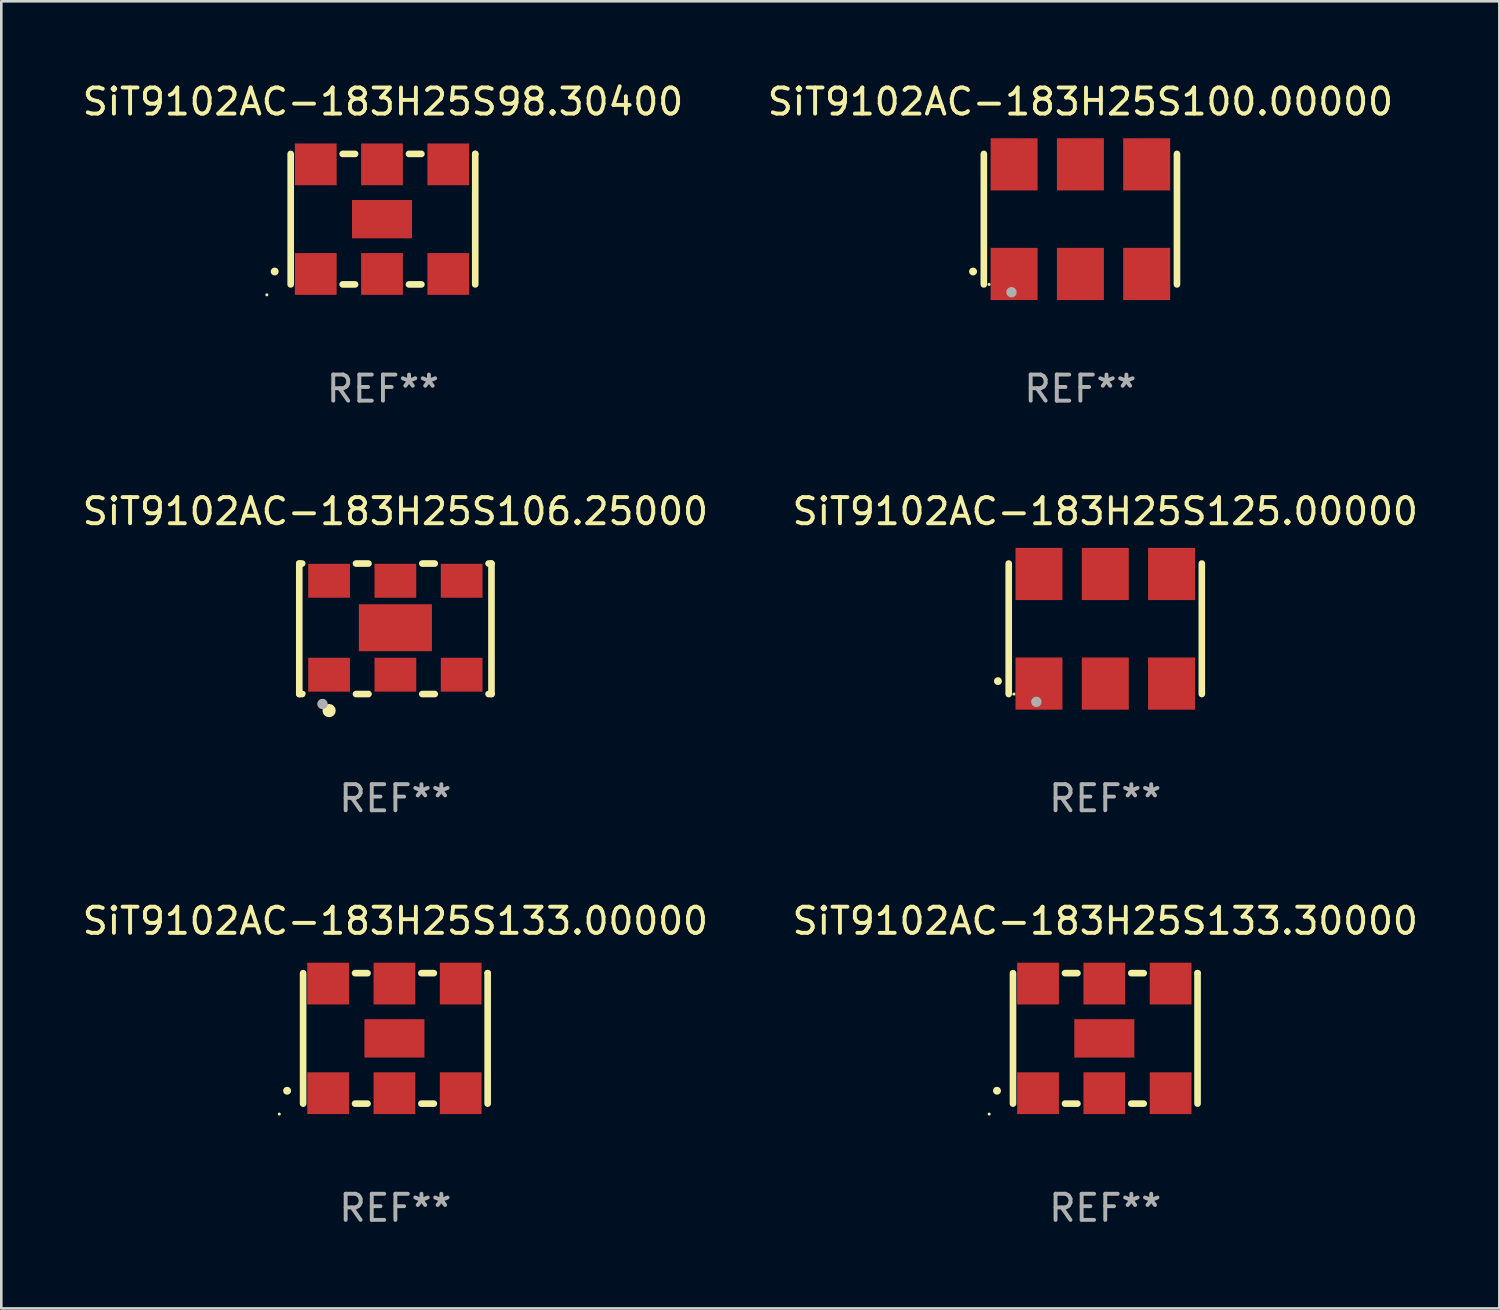
<source format=kicad_pcb>
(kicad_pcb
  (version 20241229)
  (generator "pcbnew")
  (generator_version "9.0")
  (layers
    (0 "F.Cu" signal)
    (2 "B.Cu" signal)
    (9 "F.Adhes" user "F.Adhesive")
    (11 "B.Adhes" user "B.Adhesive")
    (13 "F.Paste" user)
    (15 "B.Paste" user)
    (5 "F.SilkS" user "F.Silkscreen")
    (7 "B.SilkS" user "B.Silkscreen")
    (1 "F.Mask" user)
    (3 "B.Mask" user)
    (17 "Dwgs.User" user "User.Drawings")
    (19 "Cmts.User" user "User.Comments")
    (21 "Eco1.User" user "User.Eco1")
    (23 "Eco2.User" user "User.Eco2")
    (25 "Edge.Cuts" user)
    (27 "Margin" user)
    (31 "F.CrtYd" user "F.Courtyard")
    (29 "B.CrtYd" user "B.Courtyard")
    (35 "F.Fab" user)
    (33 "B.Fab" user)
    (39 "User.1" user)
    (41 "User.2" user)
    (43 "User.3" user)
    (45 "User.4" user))
  (footprint "SiT9102AC-183H25S133.30000"
    (layer "F.Cu")
    (at 39.304 36.741)
    (property "Reference" "SiT9102AC-183H25S133.30000" (at 0 -4.5 0) (layer "F.SilkS") (effects (font (size 1 1) (thickness 0.15))))
    (attr through_hole)
    (fp_line (start -3.536 -2.5) (end -3.536 2.5) (stroke (width 0.254) (type solid)) (layer "F.SilkS"))
    (fp_line (start -1.544 2.5) (end -1.067 2.5) (stroke (width 0.254) (type solid)) (layer "F.SilkS"))
    (fp_line (start -1.067 -2.5) (end -1.544 -2.5) (stroke (width 0.254) (type solid)) (layer "F.SilkS"))
    (fp_line (start 0.996 2.5) (end 1.473 2.5) (stroke (width 0.254) (type solid)) (layer "F.SilkS"))
    (fp_line (start 1.473 -2.5) (end 0.996 -2.5) (stroke (width 0.254) (type solid)) (layer "F.SilkS"))
    (fp_line (start 3.536 -2.5) (end 3.536 -2.5) (stroke (width 0.254) (type solid)) (layer "F.SilkS"))
    (fp_line (start 3.536 2.5) (end 3.536 -2.5) (stroke (width 0.254) (type solid)) (layer "F.SilkS"))
    (fp_arc (start -4.150432 2.006604) (mid -4.149162 2.006599) (end -4.147892 2.006604) (stroke (width 0.3) (type solid)) (layer "F.SilkS"))
    (fp_circle (center -4.449 2.9) (end -4.419 2.9) (stroke (width 0.06) (type solid)) (fill no) (layer "F.SilkS"))
    (fp_text user "REF**" (at 0 6.5 0) (layer "F.Fab") (effects (font (size 1 1) (thickness 0.15))))
    (pad "1" smd rect (at -2.576 2.1) (size 1.6 1.6) (layers "F.Cu" "F.Mask" "F.Paste"))
    (pad "2" smd rect (at -0.036 2.1) (size 1.6 1.6) (layers "F.Cu" "F.Mask" "F.Paste"))
    (pad "3" smd rect (at 2.504 2.1) (size 1.6 1.6) (layers "F.Cu" "F.Mask" "F.Paste"))
    (pad "4" smd rect (at 2.504 -2.1) (size 1.6 1.6) (layers "F.Cu" "F.Mask" "F.Paste"))
    (pad "5" smd rect (at -0.036 -2.1) (size 1.6 1.6) (layers "F.Cu" "F.Mask" "F.Paste"))
    (pad "6" smd rect (at -2.576 -2.1) (size 1.6 1.6) (layers "F.Cu" "F.Mask" "F.Paste"))
    (pad "7" smd rect (at -0.036 0) (size 2.3 1.47) (layers "F.Cu" "F.Mask" "F.Paste")))
  (footprint "SiT9102AC-183H25S133.00000"
    (layer "F.Cu")
    (at 12.101 36.741)
    (property "Reference" "SiT9102AC-183H25S133.00000" (at 0 -4.5 0) (layer "F.SilkS") (effects (font (size 1 1) (thickness 0.15))))
    (attr through_hole)
    (fp_line (start -3.536 -2.5) (end -3.536 2.5) (stroke (width 0.254) (type solid)) (layer "F.SilkS"))
    (fp_line (start -1.544 2.5) (end -1.067 2.5) (stroke (width 0.254) (type solid)) (layer "F.SilkS"))
    (fp_line (start -1.067 -2.5) (end -1.544 -2.5) (stroke (width 0.254) (type solid)) (layer "F.SilkS"))
    (fp_line (start 0.996 2.5) (end 1.473 2.5) (stroke (width 0.254) (type solid)) (layer "F.SilkS"))
    (fp_line (start 1.473 -2.5) (end 0.996 -2.5) (stroke (width 0.254) (type solid)) (layer "F.SilkS"))
    (fp_line (start 3.536 -2.5) (end 3.536 -2.5) (stroke (width 0.254) (type solid)) (layer "F.SilkS"))
    (fp_line (start 3.536 2.5) (end 3.536 -2.5) (stroke (width 0.254) (type solid)) (layer "F.SilkS"))
    (fp_arc (start -4.150432 2.006604) (mid -4.149162 2.006599) (end -4.147892 2.006604) (stroke (width 0.3) (type solid)) (layer "F.SilkS"))
    (fp_circle (center -4.449 2.9) (end -4.419 2.9) (stroke (width 0.06) (type solid)) (fill no) (layer "F.SilkS"))
    (fp_text user "REF**" (at 0 6.5 0) (layer "F.Fab") (effects (font (size 1 1) (thickness 0.15))))
    (pad "1" smd rect (at -2.576 2.1) (size 1.6 1.6) (layers "F.Cu" "F.Mask" "F.Paste"))
    (pad "2" smd rect (at -0.036 2.1) (size 1.6 1.6) (layers "F.Cu" "F.Mask" "F.Paste"))
    (pad "3" smd rect (at 2.504 2.1) (size 1.6 1.6) (layers "F.Cu" "F.Mask" "F.Paste"))
    (pad "4" smd rect (at 2.504 -2.1) (size 1.6 1.6) (layers "F.Cu" "F.Mask" "F.Paste"))
    (pad "5" smd rect (at -0.036 -2.1) (size 1.6 1.6) (layers "F.Cu" "F.Mask" "F.Paste"))
    (pad "6" smd rect (at -2.576 -2.1) (size 1.6 1.6) (layers "F.Cu" "F.Mask" "F.Paste"))
    (pad "7" smd rect (at -0.036 0) (size 2.3 1.47) (layers "F.Cu" "F.Mask" "F.Paste")))
  (footprint "SiT9102AC-183H25S98.30400"
    (layer "F.Cu")
    (at 11.625 5.348)
    (property "Reference" "SiT9102AC-183H25S98.30400" (at 0 -4.5 0) (layer "F.SilkS") (effects (font (size 1 1) (thickness 0.15))))
    (attr through_hole)
    (fp_line (start -3.536 -2.5) (end -3.536 2.5) (stroke (width 0.254) (type solid)) (layer "F.SilkS"))
    (fp_line (start -1.544 2.5) (end -1.067 2.5) (stroke (width 0.254) (type solid)) (layer "F.SilkS"))
    (fp_line (start -1.067 -2.5) (end -1.544 -2.5) (stroke (width 0.254) (type solid)) (layer "F.SilkS"))
    (fp_line (start 0.996 2.5) (end 1.473 2.5) (stroke (width 0.254) (type solid)) (layer "F.SilkS"))
    (fp_line (start 1.473 -2.5) (end 0.996 -2.5) (stroke (width 0.254) (type solid)) (layer "F.SilkS"))
    (fp_line (start 3.536 -2.5) (end 3.536 -2.5) (stroke (width 0.254) (type solid)) (layer "F.SilkS"))
    (fp_line (start 3.536 2.5) (end 3.536 -2.5) (stroke (width 0.254) (type solid)) (layer "F.SilkS"))
    (fp_arc (start -4.150432 2.006604) (mid -4.149162 2.006599) (end -4.147892 2.006604) (stroke (width 0.3) (type solid)) (layer "F.SilkS"))
    (fp_circle (center -4.449 2.9) (end -4.419 2.9) (stroke (width 0.06) (type solid)) (fill no) (layer "F.SilkS"))
    (fp_text user "REF**" (at 0 6.5 0) (layer "F.Fab") (effects (font (size 1 1) (thickness 0.15))))
    (pad "1" smd rect (at -2.576 2.1) (size 1.6 1.6) (layers "F.Cu" "F.Mask" "F.Paste"))
    (pad "2" smd rect (at -0.036 2.1) (size 1.6 1.6) (layers "F.Cu" "F.Mask" "F.Paste"))
    (pad "3" smd rect (at 2.504 2.1) (size 1.6 1.6) (layers "F.Cu" "F.Mask" "F.Paste"))
    (pad "4" smd rect (at 2.504 -2.1) (size 1.6 1.6) (layers "F.Cu" "F.Mask" "F.Paste"))
    (pad "5" smd rect (at -0.036 -2.1) (size 1.6 1.6) (layers "F.Cu" "F.Mask" "F.Paste"))
    (pad "6" smd rect (at -2.576 -2.1) (size 1.6 1.6) (layers "F.Cu" "F.Mask" "F.Paste"))
    (pad "7" smd rect (at -0.036 0) (size 2.3 1.47) (layers "F.Cu" "F.Mask" "F.Paste")))
  (footprint "SiT9102AC-183H25S125.00000"
    (layer "F.Cu")
    (at 39.304 21.045)
    (property "Reference" "SiT9102AC-183H25S125.00000" (at 0 -4.5 0) (layer "F.SilkS") (effects (font (size 1 1) (thickness 0.15))))
    (attr through_hole)
    (fp_line (start -3.7 -2.5) (end -3.7 2.5) (stroke (width 0.254) (type solid)) (layer "F.SilkS"))
    (fp_line (start 3.7 -2.5) (end 3.7 2.5) (stroke (width 0.254) (type solid)) (layer "F.SilkS"))
    (fp_arc (start -4.114415 2.006604) (mid -4.113145 2.006599) (end -4.111875 2.006604) (stroke (width 0.3) (type solid)) (layer "F.SilkS"))
    (fp_circle (center -3.5 2.501) (end -3.47 2.501) (stroke (width 0.06) (type solid)) (fill no) (layer "F.SilkS"))
    (fp_circle (center -2.641 2.799) (end -2.541 2.799) (stroke (width 0.2) (type solid)) (fill no) (layer "F.Fab"))
    (fp_text user "REF**" (at 0 6.5 0) (layer "F.Fab") (effects (font (size 1 1) (thickness 0.15))))
    (pad "1" smd rect (at -2.54 2.1) (size 1.8 2) (layers "F.Cu" "F.Mask" "F.Paste"))
    (pad "2" smd rect (at 0.000394 2.1) (size 1.8 2) (layers "F.Cu" "F.Mask" "F.Paste"))
    (pad "3" smd rect (at 2.54 2.1) (size 1.8 2) (layers "F.Cu" "F.Mask" "F.Paste"))
    (pad "4" smd rect (at 2.54 -2.1) (size 1.8 2) (layers "F.Cu" "F.Mask" "F.Paste"))
    (pad "5" smd rect (at 0.000394 -2.1) (size 1.8 2) (layers "F.Cu" "F.Mask" "F.Paste"))
    (pad "6" smd rect (at -2.54 -2.1) (size 1.8 2) (layers "F.Cu" "F.Mask" "F.Paste")))
  (footprint "SiT9102AC-183H25S106.25000"
    (layer "F.Cu")
    (at 12.101 21.045)
    (property "Reference" "SiT9102AC-183H25S106.25000" (at 0 -4.5 0) (layer "F.SilkS") (effects (font (size 1 1) (thickness 0.15))))
    (attr through_hole)
    (fp_line (start -3.683 -2.5) (end -3.571 -2.5) (stroke (width 0.254) (type solid)) (layer "F.SilkS"))
    (fp_line (start -3.683 2.5) (end -3.683 -2.5) (stroke (width 0.254) (type solid)) (layer "F.SilkS"))
    (fp_line (start -3.683 2.5) (end -3.571 2.5) (stroke (width 0.254) (type solid)) (layer "F.SilkS"))
    (fp_line (start -1.509 -2.5) (end -1.031 -2.5) (stroke (width 0.254) (type solid)) (layer "F.SilkS"))
    (fp_line (start -1.509 2.5) (end -1.031 2.5) (stroke (width 0.254) (type solid)) (layer "F.SilkS"))
    (fp_line (start 1.031 -2.5) (end 1.509 -2.5) (stroke (width 0.254) (type solid)) (layer "F.SilkS"))
    (fp_line (start 1.031 2.5) (end 1.509 2.5) (stroke (width 0.254) (type solid)) (layer "F.SilkS"))
    (fp_line (start 3.571 -2.5) (end 3.683 -2.5) (stroke (width 0.254) (type solid)) (layer "F.SilkS"))
    (fp_line (start 3.571 2.5) (end 3.683 2.5) (stroke (width 0.254) (type solid)) (layer "F.SilkS"))
    (fp_line (start 3.683 2.5) (end 3.683 -2.5) (stroke (width 0.254) (type solid)) (layer "F.SilkS"))
    (fp_circle (center -3.5 2.46) (end -3.47 2.46) (stroke (width 0.06) (type solid)) (fill no) (layer "F.SilkS"))
    (fp_circle (center -2.54 3.135) (end -2.413 3.135) (stroke (width 0.254) (type solid)) (fill no) (layer "F.SilkS"))
    (fp_circle (center -2.794 2.881) (end -2.694 2.881) (stroke (width 0.2) (type solid)) (fill no) (layer "F.Fab"))
    (fp_text user "REF**" (at 0 6.5 0) (layer "F.Fab") (effects (font (size 1 1) (thickness 0.15))))
    (pad "1" smd rect (at -2.54 1.76) (size 1.6 1.3) (layers "F.Cu" "F.Mask" "F.Paste"))
    (pad "2" smd rect (at 0 1.76) (size 1.6 1.3) (layers "F.Cu" "F.Mask" "F.Paste"))
    (pad "3" smd rect (at 2.54 1.76) (size 1.6 1.3) (layers "F.Cu" "F.Mask" "F.Paste"))
    (pad "4" smd rect (at 2.54 -1.84) (size 1.6 1.3) (layers "F.Cu" "F.Mask" "F.Paste"))
    (pad "5" smd rect (at 0 -1.84) (size 1.6 1.3) (layers "F.Cu" "F.Mask" "F.Paste"))
    (pad "6" smd rect (at -2.54 -1.84) (size 1.6 1.3) (layers "F.Cu" "F.Mask" "F.Paste"))
    (pad "7" smd rect (at 0 -0.04) (size 2.8 1.8) (layers "F.Cu" "F.Mask" "F.Paste")))
  (footprint "SiT9102AC-183H25S100.00000"
    (layer "F.Cu")
    (at 38.351 5.348)
    (property "Reference" "SiT9102AC-183H25S100.00000" (at 0 -4.5 0) (layer "F.SilkS") (effects (font (size 1 1) (thickness 0.15))))
    (attr through_hole)
    (fp_line (start -3.7 -2.5) (end -3.7 2.5) (stroke (width 0.254) (type solid)) (layer "F.SilkS"))
    (fp_line (start 3.7 -2.5) (end 3.7 2.5) (stroke (width 0.254) (type solid)) (layer "F.SilkS"))
    (fp_arc (start -4.114415 2.006604) (mid -4.113145 2.006599) (end -4.111875 2.006604) (stroke (width 0.3) (type solid)) (layer "F.SilkS"))
    (fp_circle (center -3.5 2.501) (end -3.47 2.501) (stroke (width 0.06) (type solid)) (fill no) (layer "F.SilkS"))
    (fp_circle (center -2.641 2.799) (end -2.541 2.799) (stroke (width 0.2) (type solid)) (fill no) (layer "F.Fab"))
    (fp_text user "REF**" (at 0 6.5 0) (layer "F.Fab") (effects (font (size 1 1) (thickness 0.15))))
    (pad "1" smd rect (at -2.54 2.1) (size 1.8 2) (layers "F.Cu" "F.Mask" "F.Paste"))
    (pad "2" smd rect (at 0.000394 2.1) (size 1.8 2) (layers "F.Cu" "F.Mask" "F.Paste"))
    (pad "3" smd rect (at 2.54 2.1) (size 1.8 2) (layers "F.Cu" "F.Mask" "F.Paste"))
    (pad "4" smd rect (at 2.54 -2.1) (size 1.8 2) (layers "F.Cu" "F.Mask" "F.Paste"))
    (pad "5" smd rect (at 0.000394 -2.1) (size 1.8 2) (layers "F.Cu" "F.Mask" "F.Paste"))
    (pad "6" smd rect (at -2.54 -2.1) (size 1.8 2) (layers "F.Cu" "F.Mask" "F.Paste")))
  (gr_rect
    (start -3 -3)
    (end 54.405 47.09)
    (stroke (width 0.1) (type default))
    (fill no)
    (layer "Edge.Cuts")))
</source>
